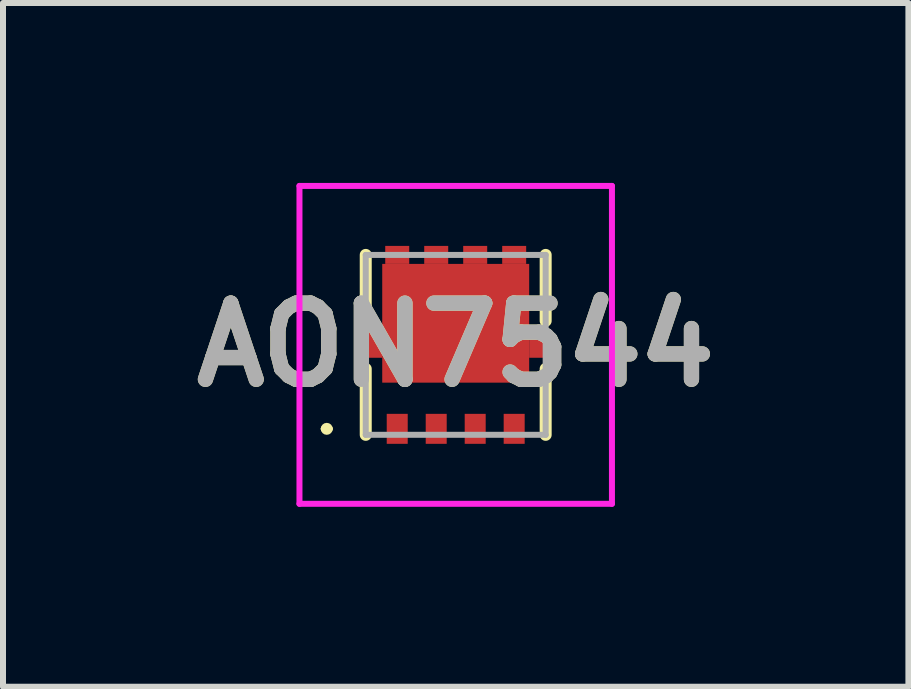
<source format=kicad_pcb>
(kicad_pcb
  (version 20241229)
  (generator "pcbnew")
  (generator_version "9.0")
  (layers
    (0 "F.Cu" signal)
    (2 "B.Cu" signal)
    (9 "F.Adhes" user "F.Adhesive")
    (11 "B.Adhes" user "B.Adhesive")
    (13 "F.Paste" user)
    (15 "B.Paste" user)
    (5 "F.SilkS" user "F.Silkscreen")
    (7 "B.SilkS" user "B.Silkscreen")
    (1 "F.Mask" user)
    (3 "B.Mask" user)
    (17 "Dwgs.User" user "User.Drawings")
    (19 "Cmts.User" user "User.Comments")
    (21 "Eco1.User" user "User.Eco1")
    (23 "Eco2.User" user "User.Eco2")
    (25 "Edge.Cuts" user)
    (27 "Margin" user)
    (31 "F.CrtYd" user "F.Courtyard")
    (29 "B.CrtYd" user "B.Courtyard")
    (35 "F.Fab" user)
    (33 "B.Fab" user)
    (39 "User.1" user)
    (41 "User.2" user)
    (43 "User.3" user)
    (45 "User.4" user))
  (footprint "AON7544"
    (layer "F.Cu")
    (at 4.548 2.7)
    (property "Reference" "AON7544" (at 0 0 0) (layer "F.SilkS") (effects (font (size 1.27 1.27) (thickness 0.254))))
    (attr smd)
    (fp_line (start -2.2 1.4) (end -2.2 1.4) (stroke (width 0.1) (type solid)) (layer "F.SilkS"))
    (fp_line (start -2.1 1.4) (end -2.1 1.4) (stroke (width 0.1) (type solid)) (layer "F.SilkS"))
    (fp_line (start -1.5 -0.4) (end -1.5 -1.5) (stroke (width 0.2) (type solid)) (layer "F.SilkS"))
    (fp_line (start -1.5 0.4) (end -1.5 1.5) (stroke (width 0.2) (type solid)) (layer "F.SilkS"))
    (fp_line (start 1.5 -0.4) (end 1.5 -1.5) (stroke (width 0.2) (type solid)) (layer "F.SilkS"))
    (fp_line (start 1.5 1.5) (end 1.5 0.4) (stroke (width 0.2) (type solid)) (layer "F.SilkS"))
    (fp_arc (start -2.2 1.4) (mid -2.15 1.35) (end -2.1 1.4) (stroke (width 0.1) (type solid)) (layer "F.SilkS"))
    (fp_arc (start -2.1 1.4) (mid -2.15 1.45) (end -2.2 1.4) (stroke (width 0.1) (type solid)) (layer "F.SilkS"))
    (fp_line (start -2.605 -2.65) (end 2.605 -2.65) (stroke (width 0.1) (type solid)) (layer "F.CrtYd"))
    (fp_line (start -2.605 2.65) (end -2.605 -2.65) (stroke (width 0.1) (type solid)) (layer "F.CrtYd"))
    (fp_line (start 2.605 -2.65) (end 2.605 2.65) (stroke (width 0.1) (type solid)) (layer "F.CrtYd"))
    (fp_line (start 2.605 2.65) (end -2.605 2.65) (stroke (width 0.1) (type solid)) (layer "F.CrtYd"))
    (fp_line (start -1.5 -1.5) (end 1.5 -1.5) (stroke (width 0.1) (type solid)) (layer "F.Fab"))
    (fp_line (start -1.5 1.5) (end -1.5 -1.5) (stroke (width 0.1) (type solid)) (layer "F.Fab"))
    (fp_line (start 1.5 -1.5) (end 1.5 1.5) (stroke (width 0.1) (type solid)) (layer "F.Fab"))
    (fp_line (start 1.5 1.5) (end -1.5 1.5) (stroke (width 0.1) (type solid)) (layer "F.Fab"))
    (fp_text user "${REFERENCE}" (at 0 0 0) (layer "F.Fab") (effects (font (size 1.27 1.27) (thickness 0.254))))
    (pad "1" smd rect (at -0.975 1.4) (size 0.35 0.5) (layers "F.Cu" "F.Mask" "F.Paste"))
    (pad "2" smd rect (at -0.325 1.4) (size 0.35 0.5) (layers "F.Cu" "F.Mask" "F.Paste"))
    (pad "3" smd rect (at 0.325 1.4) (size 0.35 0.5) (layers "F.Cu" "F.Mask" "F.Paste"))
    (pad "4" smd rect (at 0.975 1.4) (size 0.35 0.5) (layers "F.Cu" "F.Mask" "F.Paste"))
    (pad "5" smd rect (at 0.975 -1.5 90) (size 0.3 0.4) (layers "F.Cu" "F.Mask" "F.Paste"))
    (pad "6" smd rect (at 0.325 -1.5 90) (size 0.3 0.4) (layers "F.Cu" "F.Mask" "F.Paste"))
    (pad "7" smd rect (at -0.325 -1.5 90) (size 0.3 0.4) (layers "F.Cu" "F.Mask" "F.Paste"))
    (pad "8" smd rect (at -0.975 -1.5 90) (size 0.3 0.4) (layers "F.Cu" "F.Mask" "F.Paste"))
    (pad "9" smd rect (at -1.415 0) (size 0.38 0.43) (layers "F.Cu" "F.Mask" "F.Paste"))
    (pad "10" smd rect (at 0 -0.36 90) (size 1.98 2.45) (layers "F.Cu" "F.Mask" "F.Paste"))
    (pad "11" smd rect (at 1.415 0) (size 0.38 0.43) (layers "F.Cu" "F.Mask" "F.Paste")))
  (gr_rect
    (start -3 -3)
    (end 12.096 8.4)
    (stroke (width 0.1) (type default))
    (fill no)
    (layer "Edge.Cuts")))
</source>
